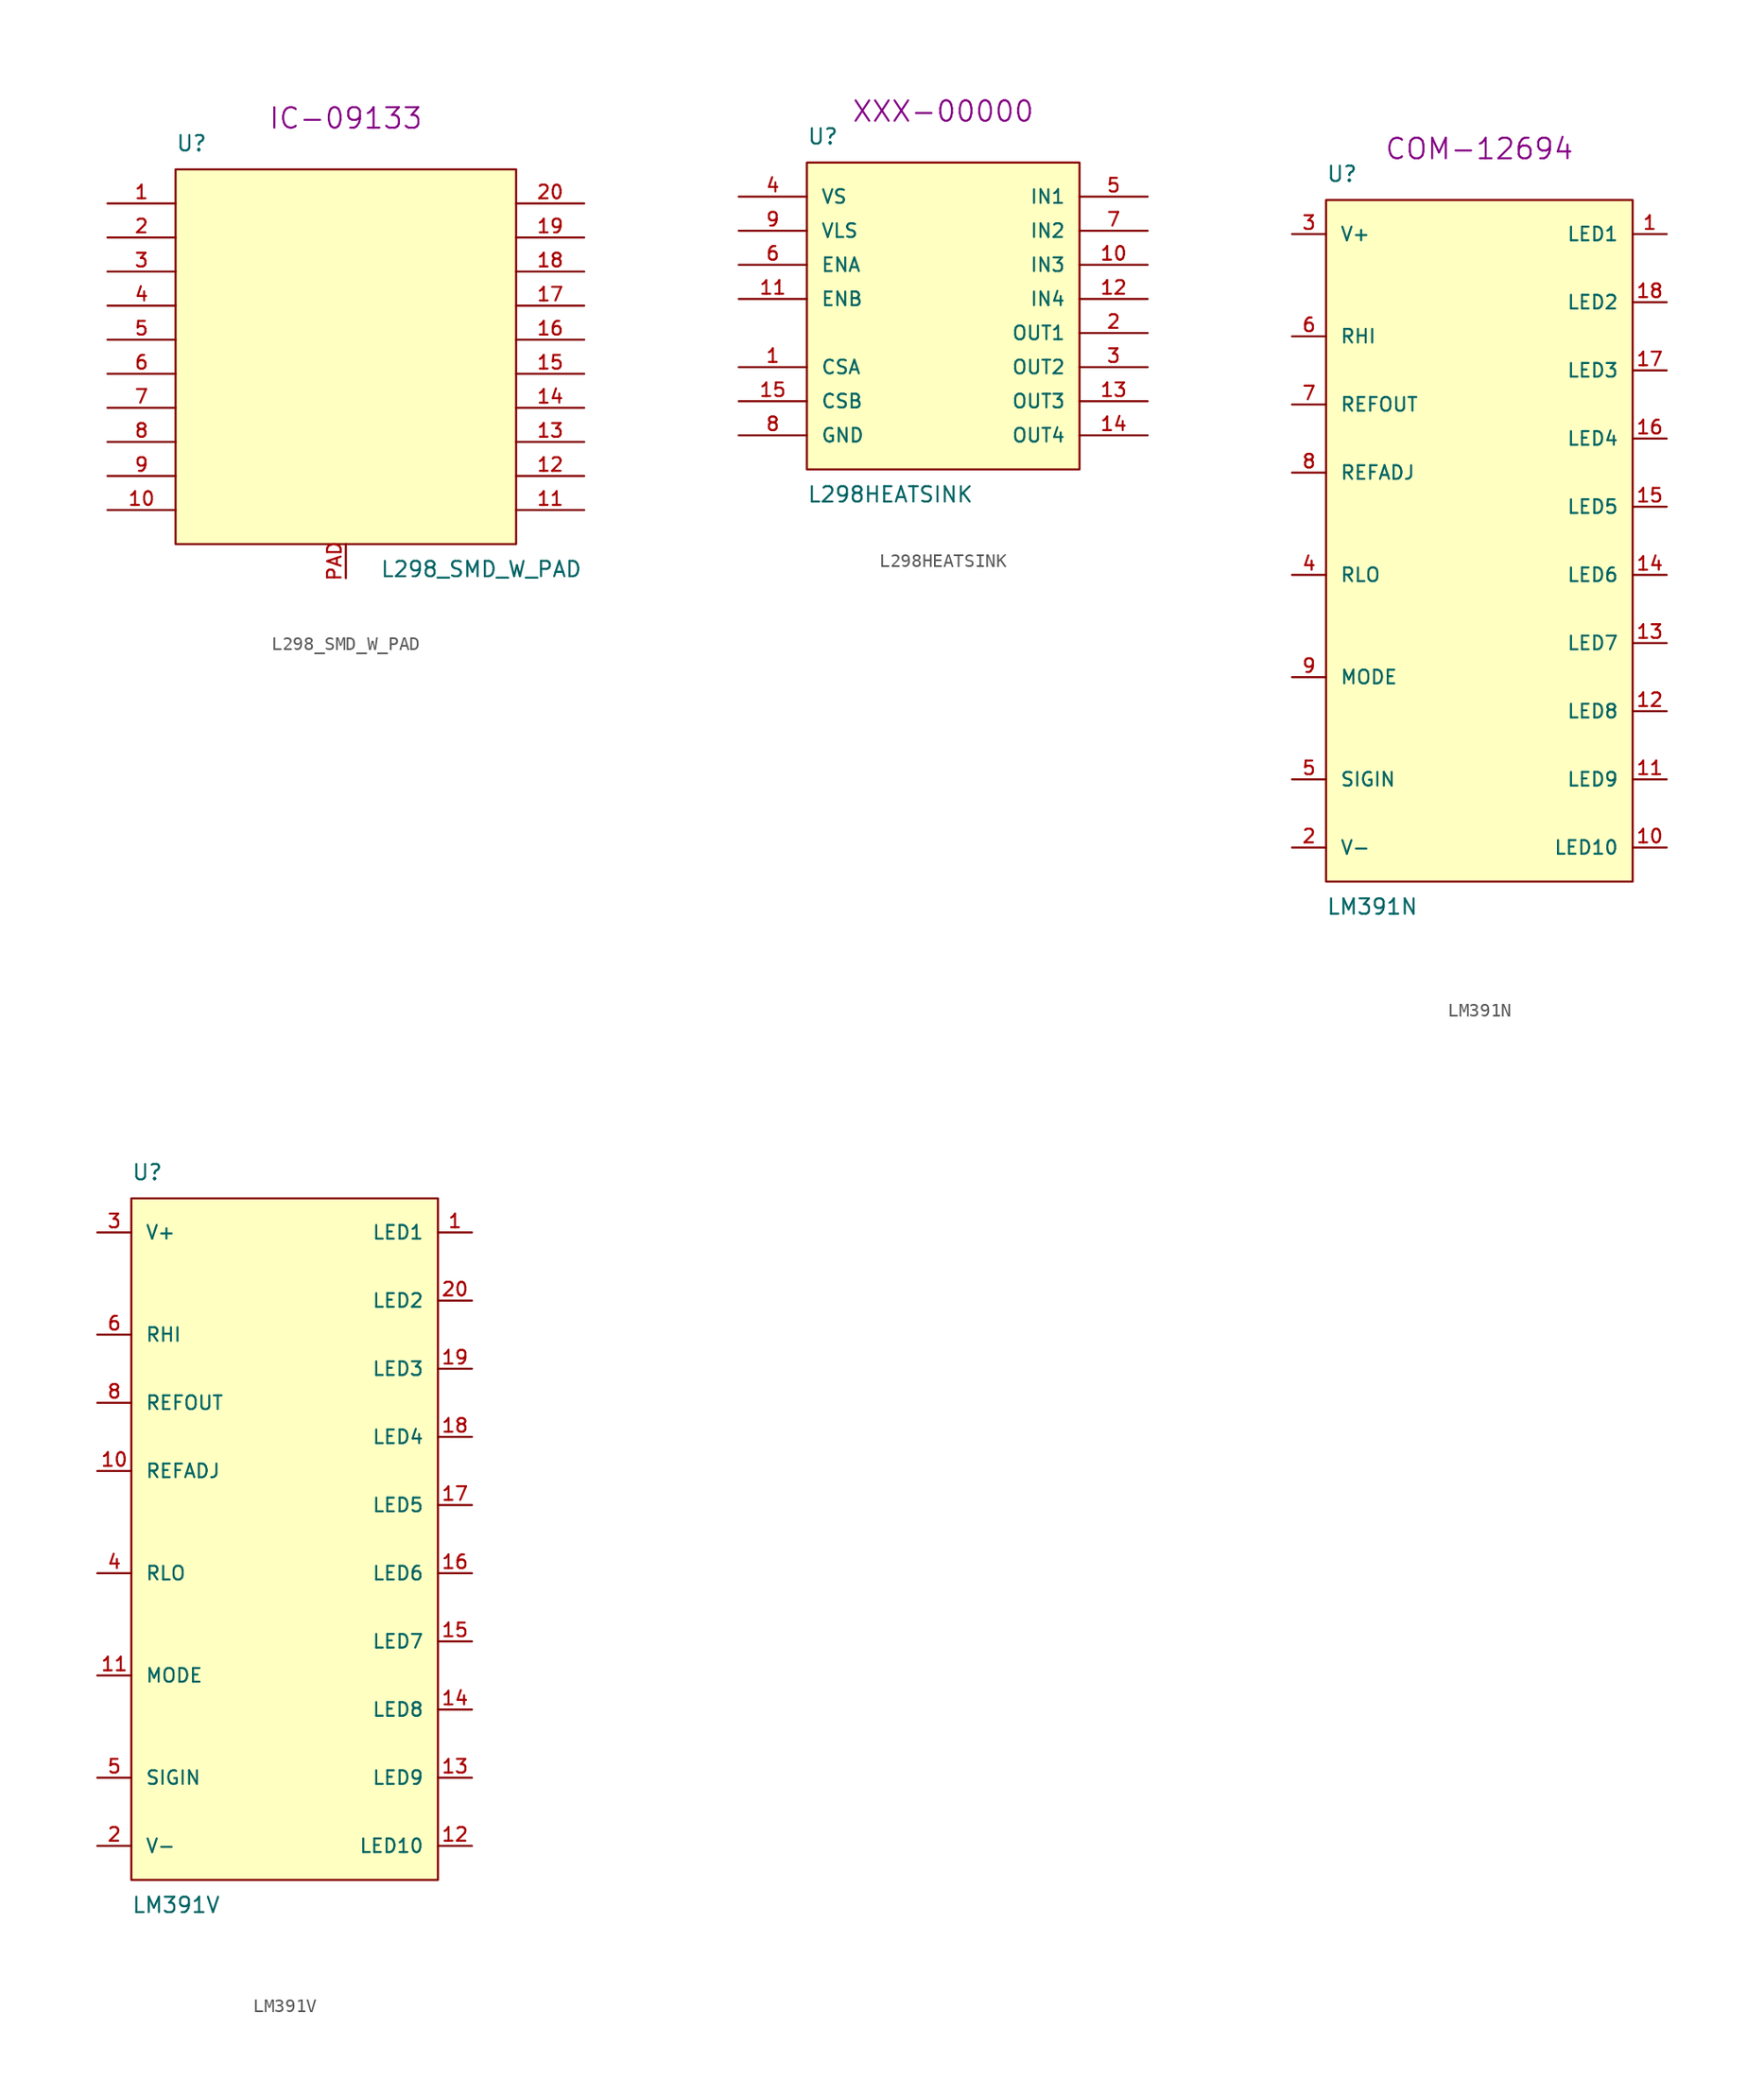
<source format=kicad_sym>
(kicad_symbol_lib
  (version 20220914)
  (generator kicad_symbol_editor)
  (symbol "L298_SMD_W_PAD"
    (pin_names
      (offset 1.016) hide)
    (property "Reference" "U"
      (at -12.7 16.51 0)
      (effects (font (size 1.143 1.143)) (justify left bottom)))
    (property "Value" "L298_SMD_W_PAD"
      (at 2.54 -15.24 0)
      (effects (font (size 1.143 1.143)) (justify left bottom)))
    (property "Field4" "IC-09133"
      (at 0 19.05 0)
      (effects (font (size 1.524 1.524))))
    (property "ki_locked" ""
      (at 0 0 0)
      (effects (font (size 1.27 1.27))))
    (symbol "L298_SMD_W_PAD_1_1"
      (polyline (pts (xy -12.7 -12.7) (xy 12.7 -12.7) (xy 12.7 15.24) (xy -12.7 15.24) (xy -12.7 -12.7)) (stroke (width 0) (type solid)) (fill (type background)))
      (pin bidirectional line (at -17.78 12.7 0) (length 5.08) (name "GND" (effects (font (size 1.016 1.016)))) (number "1" (effects (font (size 1.016 1.016)))))
      (pin bidirectional line (at -17.78 -10.16 0) (length 5.08) (name "GND" (effects (font (size 1.016 1.016)))) (number "10" (effects (font (size 1.016 1.016)))))
      (pin bidirectional line (at 17.78 -10.16 180) (length 5.08) (name "GND" (effects (font (size 1.016 1.016)))) (number "11" (effects (font (size 1.016 1.016)))))
      (pin bidirectional line (at 17.78 -7.62 180) (length 5.08) (name "VSS" (effects (font (size 1.016 1.016)))) (number "12" (effects (font (size 1.016 1.016)))))
      (pin bidirectional line (at 17.78 -5.08 180) (length 5.08) (name "IN3" (effects (font (size 1.016 1.016)))) (number "13" (effects (font (size 1.016 1.016)))))
      (pin bidirectional line (at 17.78 -2.54 180) (length 5.08) (name "ENB" (effects (font (size 1.016 1.016)))) (number "14" (effects (font (size 1.016 1.016)))))
      (pin bidirectional line (at 17.78 0 180) (length 5.08) (name "IN4" (effects (font (size 1.016 1.016)))) (number "15" (effects (font (size 1.016 1.016)))))
      (pin bidirectional line (at 17.78 2.54 180) (length 5.08) (name "OUT3" (effects (font (size 1.016 1.016)))) (number "16" (effects (font (size 1.016 1.016)))))
      (pin bidirectional line (at 17.78 5.08 180) (length 5.08) (name "OUT4" (effects (font (size 1.016 1.016)))) (number "17" (effects (font (size 1.016 1.016)))))
      (pin bidirectional line (at 17.78 7.62 180) (length 5.08) (name "NC" (effects (font (size 1.016 1.016)))) (number "18" (effects (font (size 1.016 1.016)))))
      (pin bidirectional line (at 17.78 10.16 180) (length 5.08) (name "SENSE_B" (effects (font (size 1.016 1.016)))) (number "19" (effects (font (size 1.016 1.016)))))
      (pin bidirectional line (at -17.78 10.16 0) (length 5.08) (name "SENSE_A" (effects (font (size 1.016 1.016)))) (number "2" (effects (font (size 1.016 1.016)))))
      (pin bidirectional line (at 17.78 12.7 180) (length 5.08) (name "GND" (effects (font (size 1.016 1.016)))) (number "20" (effects (font (size 1.016 1.016)))))
      (pin bidirectional line (at -17.78 7.62 0) (length 5.08) (name "NC" (effects (font (size 1.016 1.016)))) (number "3" (effects (font (size 1.016 1.016)))))
      (pin bidirectional line (at -17.78 5.08 0) (length 5.08) (name "OUT1" (effects (font (size 1.016 1.016)))) (number "4" (effects (font (size 1.016 1.016)))))
      (pin bidirectional line (at -17.78 2.54 0) (length 5.08) (name "OUT2" (effects (font (size 1.016 1.016)))) (number "5" (effects (font (size 1.016 1.016)))))
      (pin bidirectional line (at -17.78 0 0) (length 5.08) (name "VS" (effects (font (size 1.016 1.016)))) (number "6" (effects (font (size 1.016 1.016)))))
      (pin bidirectional line (at -17.78 -2.54 0) (length 5.08) (name "IN1" (effects (font (size 1.016 1.016)))) (number "7" (effects (font (size 1.016 1.016)))))
      (pin bidirectional line (at -17.78 -5.08 0) (length 5.08) (name "ENA" (effects (font (size 1.016 1.016)))) (number "8" (effects (font (size 1.016 1.016)))))
      (pin bidirectional line (at -17.78 -7.62 0) (length 5.08) (name "IN2" (effects (font (size 1.016 1.016)))) (number "9" (effects (font (size 1.016 1.016)))))
      (pin bidirectional line (at 0 -15.24 90) (length 2.54) (name "GND" (effects (font (size 1.016 1.016)))) (number "PAD" (effects (font (size 1.016 1.016)))))))
  (symbol "L298HEATSINK"
    (pin_names
      (offset 1.016))
    (property "Reference" "U"
      (at -10.16 11.43 0)
      (effects (font (size 1.143 1.143)) (justify left bottom)))
    (property "Value" "L298HEATSINK"
      (at -10.16 -15.24 0)
      (effects (font (size 1.143 1.143)) (justify left bottom)))
    (property "Field4" "XXX-00000"
      (at 0 13.97 0)
      (effects (font (size 1.524 1.524))))
    (property "ki_locked" ""
      (at 0 0 0)
      (effects (font (size 1.27 1.27))))
    (symbol "L298HEATSINK_1_1"
      (polyline (pts (xy -10.16 -12.7) (xy -10.16 10.16) (xy 10.16 10.16) (xy 10.16 -12.7) (xy -10.16 -12.7)) (stroke (width 0) (type solid)) (fill (type background)))
      (pin bidirectional line (at -15.24 -5.08 0) (length 5.08) (name "CSA" (effects (font (size 1.016 1.016)))) (number "1" (effects (font (size 1.016 1.016)))))
      (pin bidirectional line (at 15.24 2.54 180) (length 5.08) (name "IN3" (effects (font (size 1.016 1.016)))) (number "10" (effects (font (size 1.016 1.016)))))
      (pin bidirectional line (at -15.24 0 0) (length 5.08) (name "ENB" (effects (font (size 1.016 1.016)))) (number "11" (effects (font (size 1.016 1.016)))))
      (pin bidirectional line (at 15.24 0 180) (length 5.08) (name "IN4" (effects (font (size 1.016 1.016)))) (number "12" (effects (font (size 1.016 1.016)))))
      (pin bidirectional line (at 15.24 -7.62 180) (length 5.08) (name "OUT3" (effects (font (size 1.016 1.016)))) (number "13" (effects (font (size 1.016 1.016)))))
      (pin bidirectional line (at 15.24 -10.16 180) (length 5.08) (name "OUT4" (effects (font (size 1.016 1.016)))) (number "14" (effects (font (size 1.016 1.016)))))
      (pin bidirectional line (at -15.24 -7.62 0) (length 5.08) (name "CSB" (effects (font (size 1.016 1.016)))) (number "15" (effects (font (size 1.016 1.016)))))
      (pin bidirectional line (at 15.24 -2.54 180) (length 5.08) (name "OUT1" (effects (font (size 1.016 1.016)))) (number "2" (effects (font (size 1.016 1.016)))))
      (pin bidirectional line (at 15.24 -5.08 180) (length 5.08) (name "OUT2" (effects (font (size 1.016 1.016)))) (number "3" (effects (font (size 1.016 1.016)))))
      (pin bidirectional line (at -15.24 7.62 0) (length 5.08) (name "VS" (effects (font (size 1.016 1.016)))) (number "4" (effects (font (size 1.016 1.016)))))
      (pin bidirectional line (at 15.24 7.62 180) (length 5.08) (name "IN1" (effects (font (size 1.016 1.016)))) (number "5" (effects (font (size 1.016 1.016)))))
      (pin bidirectional line (at -15.24 2.54 0) (length 5.08) (name "ENA" (effects (font (size 1.016 1.016)))) (number "6" (effects (font (size 1.016 1.016)))))
      (pin bidirectional line (at 15.24 5.08 180) (length 5.08) (name "IN2" (effects (font (size 1.016 1.016)))) (number "7" (effects (font (size 1.016 1.016)))))
      (pin bidirectional line (at -15.24 -10.16 0) (length 5.08) (name "GND" (effects (font (size 1.016 1.016)))) (number "8" (effects (font (size 1.016 1.016)))))
      (pin bidirectional line (at -15.24 5.08 0) (length 5.08) (name "VLS" (effects (font (size 1.016 1.016)))) (number "9" (effects (font (size 1.016 1.016)))))))
  (symbol "LM391N"
    (pin_names
      (offset 1.016))
    (property "Reference" "U"
      (at -11.43 26.67 0)
      (effects (font (size 1.143 1.143)) (justify left bottom)))
    (property "Value" "LM391N"
      (at -11.43 -27.94 0)
      (effects (font (size 1.143 1.143)) (justify left bottom)))
    (property "Field4" "COM-12694"
      (at 0 29.21 0)
      (effects (font (size 1.524 1.524))))
    (property "ki_locked" ""
      (at 0 0 0)
      (effects (font (size 1.27 1.27))))
    (symbol "LM391N_1_1"
      (polyline (pts (xy -11.43 25.4) (xy 11.43 25.4) (xy 11.43 -25.4) (xy -11.43 -25.4) (xy -11.43 25.4)) (stroke (width 0) (type solid)) (fill (type background)))
      (pin output line (at 13.97 22.86 180) (length 2.54) (name "LED1" (effects (font (size 1.016 1.016)))) (number "1" (effects (font (size 1.016 1.016)))))
      (pin output line (at 13.97 -22.86 180) (length 2.54) (name "LED10" (effects (font (size 1.016 1.016)))) (number "10" (effects (font (size 1.016 1.016)))))
      (pin output line (at 13.97 -17.78 180) (length 2.54) (name "LED9" (effects (font (size 1.016 1.016)))) (number "11" (effects (font (size 1.016 1.016)))))
      (pin output line (at 13.97 -12.7 180) (length 2.54) (name "LED8" (effects (font (size 1.016 1.016)))) (number "12" (effects (font (size 1.016 1.016)))))
      (pin output line (at 13.97 -7.62 180) (length 2.54) (name "LED7" (effects (font (size 1.016 1.016)))) (number "13" (effects (font (size 1.016 1.016)))))
      (pin output line (at 13.97 -2.54 180) (length 2.54) (name "LED6" (effects (font (size 1.016 1.016)))) (number "14" (effects (font (size 1.016 1.016)))))
      (pin output line (at 13.97 2.54 180) (length 2.54) (name "LED5" (effects (font (size 1.016 1.016)))) (number "15" (effects (font (size 1.016 1.016)))))
      (pin output line (at 13.97 7.62 180) (length 2.54) (name "LED4" (effects (font (size 1.016 1.016)))) (number "16" (effects (font (size 1.016 1.016)))))
      (pin output line (at 13.97 12.7 180) (length 2.54) (name "LED3" (effects (font (size 1.016 1.016)))) (number "17" (effects (font (size 1.016 1.016)))))
      (pin output line (at 13.97 17.78 180) (length 2.54) (name "LED2" (effects (font (size 1.016 1.016)))) (number "18" (effects (font (size 1.016 1.016)))))
      (pin power_in line (at -13.97 -22.86 0) (length 2.54) (name "V-" (effects (font (size 1.016 1.016)))) (number "2" (effects (font (size 1.016 1.016)))))
      (pin power_in line (at -13.97 22.86 0) (length 2.54) (name "V+" (effects (font (size 1.016 1.016)))) (number "3" (effects (font (size 1.016 1.016)))))
      (pin input line (at -13.97 -2.54 0) (length 2.54) (name "RLO" (effects (font (size 1.016 1.016)))) (number "4" (effects (font (size 1.016 1.016)))))
      (pin input line (at -13.97 -17.78 0) (length 2.54) (name "SIGIN" (effects (font (size 1.016 1.016)))) (number "5" (effects (font (size 1.016 1.016)))))
      (pin input line (at -13.97 15.24 0) (length 2.54) (name "RHI" (effects (font (size 1.016 1.016)))) (number "6" (effects (font (size 1.016 1.016)))))
      (pin output line (at -13.97 10.16 0) (length 2.54) (name "REFOUT" (effects (font (size 1.016 1.016)))) (number "7" (effects (font (size 1.016 1.016)))))
      (pin passive line (at -13.97 5.08 0) (length 2.54) (name "REFADJ" (effects (font (size 1.016 1.016)))) (number "8" (effects (font (size 1.016 1.016)))))
      (pin input line (at -13.97 -10.16 0) (length 2.54) (name "MODE" (effects (font (size 1.016 1.016)))) (number "9" (effects (font (size 1.016 1.016)))))))
  (symbol "LM391V"
    (pin_names
      (offset 1.016))
    (property "Reference" "U"
      (at -11.43 26.67 0)
      (effects (font (size 1.143 1.143)) (justify left bottom)))
    (property "Value" "LM391V"
      (at -11.43 -27.94 0)
      (effects (font (size 1.143 1.143)) (justify left bottom)))
    (property "ki_locked" ""
      (at 0 0 0)
      (effects (font (size 1.27 1.27))))
    (symbol "LM391V_1_1"
      (polyline (pts (xy -11.43 25.4) (xy 11.43 25.4) (xy 11.43 -25.4) (xy -11.43 -25.4) (xy -11.43 25.4)) (stroke (width 0) (type solid)) (fill (type background)))
      (pin output line (at 13.97 22.86 180) (length 2.54) (name "LED1" (effects (font (size 1.016 1.016)))) (number "1" (effects (font (size 1.016 1.016)))))
      (pin passive line (at -13.97 5.08 0) (length 2.54) (name "REFADJ" (effects (font (size 1.016 1.016)))) (number "10" (effects (font (size 1.016 1.016)))))
      (pin input line (at -13.97 -10.16 0) (length 2.54) (name "MODE" (effects (font (size 1.016 1.016)))) (number "11" (effects (font (size 1.016 1.016)))))
      (pin output line (at 13.97 -22.86 180) (length 2.54) (name "LED10" (effects (font (size 1.016 1.016)))) (number "12" (effects (font (size 1.016 1.016)))))
      (pin output line (at 13.97 -17.78 180) (length 2.54) (name "LED9" (effects (font (size 1.016 1.016)))) (number "13" (effects (font (size 1.016 1.016)))))
      (pin output line (at 13.97 -12.7 180) (length 2.54) (name "LED8" (effects (font (size 1.016 1.016)))) (number "14" (effects (font (size 1.016 1.016)))))
      (pin output line (at 13.97 -7.62 180) (length 2.54) (name "LED7" (effects (font (size 1.016 1.016)))) (number "15" (effects (font (size 1.016 1.016)))))
      (pin output line (at 13.97 -2.54 180) (length 2.54) (name "LED6" (effects (font (size 1.016 1.016)))) (number "16" (effects (font (size 1.016 1.016)))))
      (pin output line (at 13.97 2.54 180) (length 2.54) (name "LED5" (effects (font (size 1.016 1.016)))) (number "17" (effects (font (size 1.016 1.016)))))
      (pin output line (at 13.97 7.62 180) (length 2.54) (name "LED4" (effects (font (size 1.016 1.016)))) (number "18" (effects (font (size 1.016 1.016)))))
      (pin output line (at 13.97 12.7 180) (length 2.54) (name "LED3" (effects (font (size 1.016 1.016)))) (number "19" (effects (font (size 1.016 1.016)))))
      (pin power_in line (at -13.97 -22.86 0) (length 2.54) (name "V-" (effects (font (size 1.016 1.016)))) (number "2" (effects (font (size 1.016 1.016)))))
      (pin output line (at 13.97 17.78 180) (length 2.54) (name "LED2" (effects (font (size 1.016 1.016)))) (number "20" (effects (font (size 1.016 1.016)))))
      (pin power_in line (at -13.97 22.86 0) (length 2.54) (name "V+" (effects (font (size 1.016 1.016)))) (number "3" (effects (font (size 1.016 1.016)))))
      (pin input line (at -13.97 -2.54 0) (length 2.54) (name "RLO" (effects (font (size 1.016 1.016)))) (number "4" (effects (font (size 1.016 1.016)))))
      (pin input line (at -13.97 -17.78 0) (length 2.54) (name "SIGIN" (effects (font (size 1.016 1.016)))) (number "5" (effects (font (size 1.016 1.016)))))
      (pin input line (at -13.97 15.24 0) (length 2.54) (name "RHI" (effects (font (size 1.016 1.016)))) (number "6" (effects (font (size 1.016 1.016)))))
      (pin output line (at -13.97 10.16 0) (length 2.54) (name "REFOUT" (effects (font (size 1.016 1.016)))) (number "8" (effects (font (size 1.016 1.016))))))))
</source>
